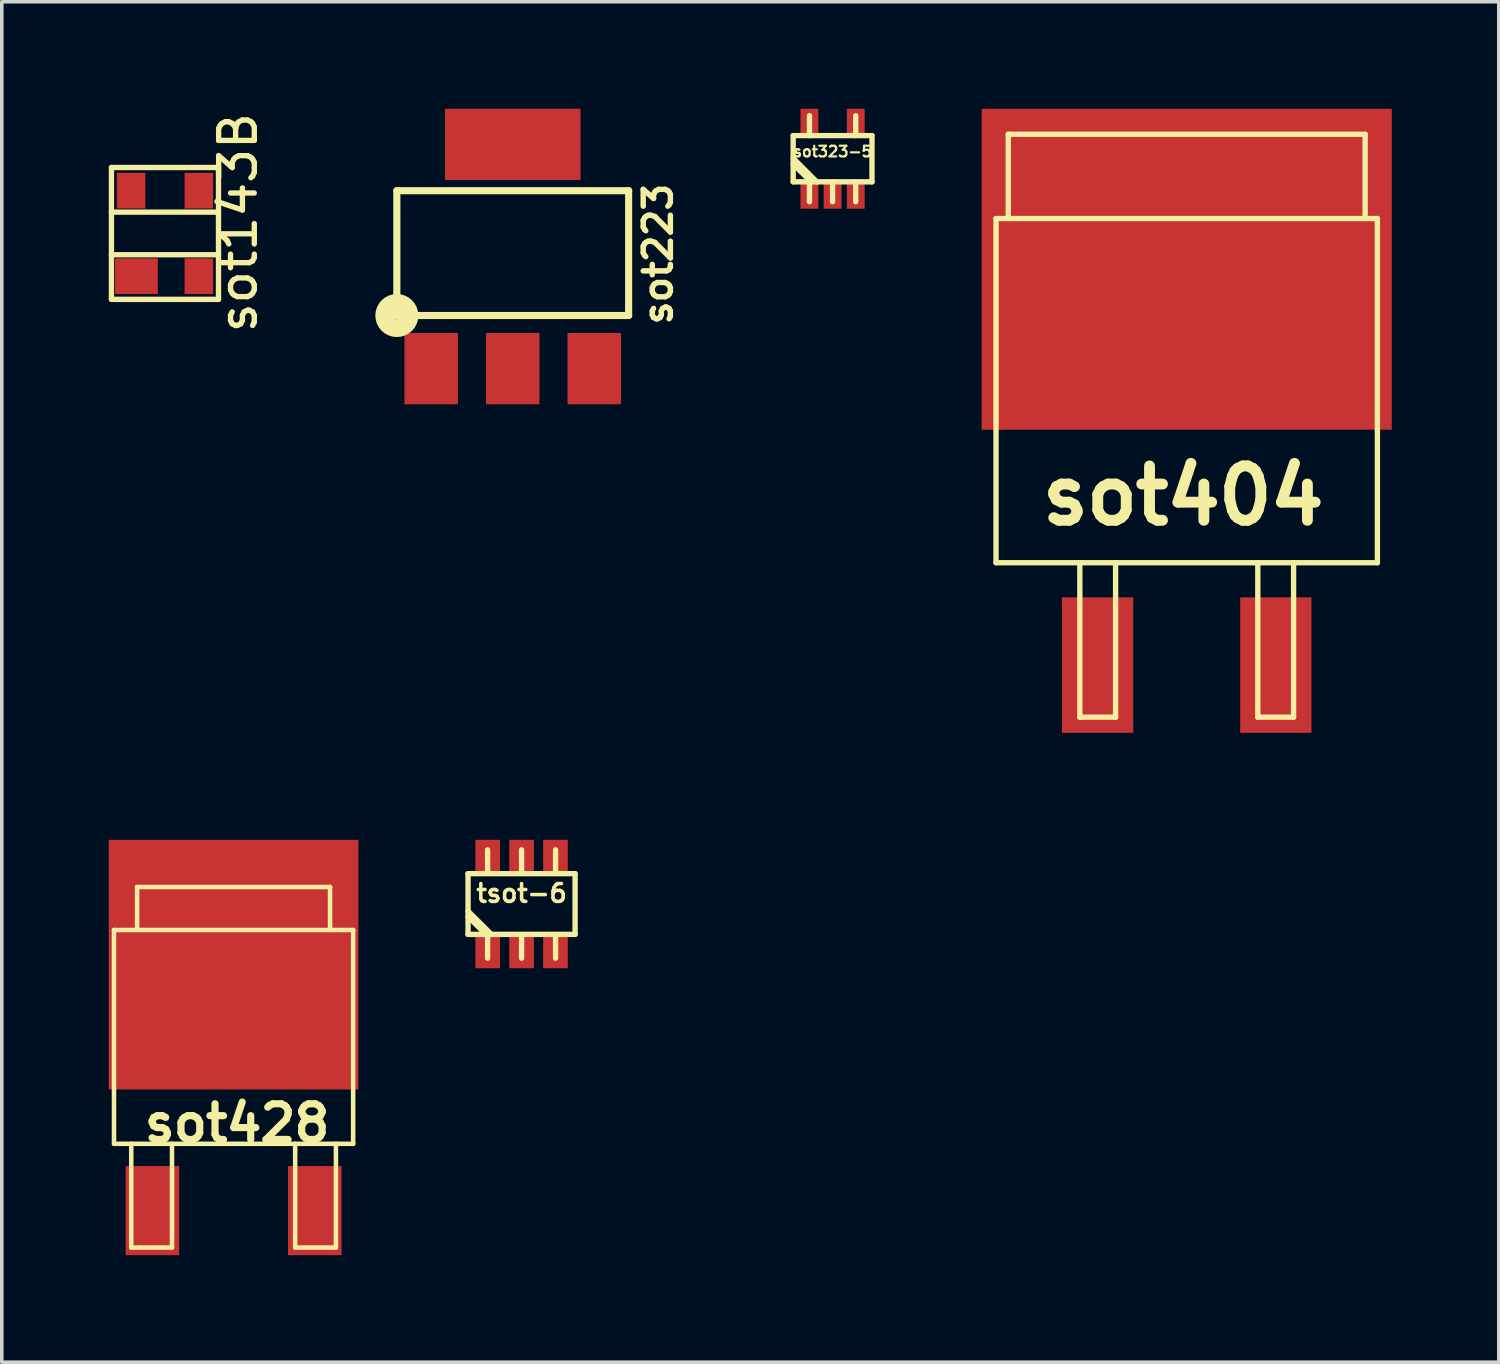
<source format=kicad_pcb>
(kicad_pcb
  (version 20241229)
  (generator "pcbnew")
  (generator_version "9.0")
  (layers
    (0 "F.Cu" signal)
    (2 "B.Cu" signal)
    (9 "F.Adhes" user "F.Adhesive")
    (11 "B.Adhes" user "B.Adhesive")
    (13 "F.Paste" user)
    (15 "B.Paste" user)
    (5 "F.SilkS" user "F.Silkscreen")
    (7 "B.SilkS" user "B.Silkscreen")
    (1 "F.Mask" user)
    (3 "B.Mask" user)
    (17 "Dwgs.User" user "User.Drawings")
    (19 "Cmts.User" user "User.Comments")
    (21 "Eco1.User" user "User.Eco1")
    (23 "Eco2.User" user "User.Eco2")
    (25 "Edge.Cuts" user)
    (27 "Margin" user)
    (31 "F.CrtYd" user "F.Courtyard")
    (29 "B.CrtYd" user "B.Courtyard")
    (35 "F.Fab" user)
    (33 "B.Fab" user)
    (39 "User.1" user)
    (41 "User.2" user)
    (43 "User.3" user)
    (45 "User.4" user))
  (footprint "sot143B"
    (layer "F.Cu")
    (at 1.576 3.496)
    (property "Reference" "sot143B" (at 2.05 -0.3 90) (layer "F.SilkS") (effects (font (size 1 1) (thickness 0.15))))
    (attr smd)
    (fp_line (start -1.501 -1.849) (end 1.501 -1.849) (stroke (width 0.15) (type solid)) (layer "F.SilkS"))
    (fp_line (start -1.501 -0.599) (end -1.501 -1.849) (stroke (width 0.15) (type solid)) (layer "F.SilkS"))
    (fp_line (start -1.501 -0.599) (end -1.501 0.599) (stroke (width 0.15) (type solid)) (layer "F.SilkS"))
    (fp_line (start -1.501 1.849) (end -1.501 0.599) (stroke (width 0.15) (type solid)) (layer "F.SilkS"))
    (fp_line (start -1.499 -0.597) (end 1.499 -0.597) (stroke (width 0.15) (type solid)) (layer "F.SilkS"))
    (fp_line (start 1.499 0.597) (end -1.499 0.597) (stroke (width 0.15) (type solid)) (layer "F.SilkS"))
    (fp_line (start 1.501 -1.849) (end 1.501 -0.599) (stroke (width 0.15) (type solid)) (layer "F.SilkS"))
    (fp_line (start 1.501 -0.599) (end 1.501 0.599) (stroke (width 0.15) (type solid)) (layer "F.SilkS"))
    (fp_line (start 1.501 0.599) (end 1.501 1.849) (stroke (width 0.15) (type solid)) (layer "F.SilkS"))
    (fp_line (start 1.501 1.849) (end -1.501 1.849) (stroke (width 0.15) (type solid)) (layer "F.SilkS"))
    (pad "1" smd rect (at -0.8 1.199) (size 1.199 1.001) (layers "F.Cu" "F.Mask" "F.Paste"))
    (pad "2" smd rect (at 0.95 1.199) (size 0.8 1.001) (layers "F.Cu" "F.Mask" "F.Paste"))
    (pad "3" smd rect (at 0.95 -1.199) (size 0.8 1.001) (layers "F.Cu" "F.Mask" "F.Paste"))
    (pad "4" smd rect (at -0.95 -1.199) (size 0.8 1.001) (layers "F.Cu" "F.Mask" "F.Paste")))
  (footprint "tsot-6"
    (layer "F.Cu")
    (at 11.576 22.3)
    (property "Reference" "tsot-6" (at 0 -0.3 0) (layer "F.SilkS") (effects (font (size 0.5 0.5) (thickness 0.099))))
    (attr smd)
    (fp_line (start -1.501 -0.851) (end 1.501 -0.851) (stroke (width 0.15) (type solid)) (layer "F.SilkS"))
    (fp_line (start -1.501 0.851) (end -1.501 -0.851) (stroke (width 0.15) (type solid)) (layer "F.SilkS"))
    (fp_line (start -1.003 0.848) (end -1.499 0.353) (stroke (width 0.15) (type solid)) (layer "F.SilkS"))
    (fp_line (start -0.953 -0.859) (end -0.953 -1.519) (stroke (width 0.15) (type solid)) (layer "F.SilkS"))
    (fp_line (start -0.953 0.859) (end -0.953 1.519) (stroke (width 0.15) (type solid)) (layer "F.SilkS"))
    (fp_line (start -0.851 0.848) (end -1.499 0.201) (stroke (width 0.15) (type solid)) (layer "F.SilkS"))
    (fp_line (start 0 -0.859) (end 0 -1.519) (stroke (width 0.15) (type solid)) (layer "F.SilkS"))
    (fp_line (start 0 0.859) (end 0 1.519) (stroke (width 0.15) (type solid)) (layer "F.SilkS"))
    (fp_line (start 0.953 -0.859) (end 0.953 -1.519) (stroke (width 0.15) (type solid)) (layer "F.SilkS"))
    (fp_line (start 0.953 0.859) (end 0.953 1.519) (stroke (width 0.15) (type solid)) (layer "F.SilkS"))
    (fp_line (start 1.501 -0.851) (end 1.501 0.851) (stroke (width 0.15) (type solid)) (layer "F.SilkS"))
    (fp_line (start 1.501 0.851) (end -1.501 0.851) (stroke (width 0.15) (type solid)) (layer "F.SilkS"))
    (pad "1" smd rect (at -0.95 1.3) (size 0.691 1.001) (layers "F.Cu" "F.Mask" "F.Paste"))
    (pad "2" smd rect (at 0 1.3) (size 0.691 1.001) (layers "F.Cu" "F.Mask" "F.Paste"))
    (pad "3" smd rect (at 0.95 1.3) (size 0.691 1.001) (layers "F.Cu" "F.Mask" "F.Paste"))
    (pad "4" smd rect (at 0.95 -1.3) (size 0.691 1.001) (layers "F.Cu" "F.Mask" "F.Paste"))
    (pad "5" smd rect (at 0 -1.3) (size 0.691 1.001) (layers "F.Cu" "F.Mask" "F.Paste"))
    (pad "6" smd rect (at -0.95 -1.3) (size 0.691 1.001) (layers "F.Cu" "F.Mask" "F.Paste")))
  (footprint "sot223"
    (layer "F.Cu")
    (at 11.328 4.048)
    (property "Reference" "sot223" (at 4.076 0.026 90) (layer "F.SilkS") (effects (font (size 0.762 0.762) (thickness 0.152))))
    (attr smd)
    (fp_line (start -3.25 -1.75) (end 3.25 -1.75) (stroke (width 0.2) (type solid)) (layer "F.SilkS"))
    (fp_line (start -3.25 1.5) (end -3.25 1.75) (stroke (width 0.2) (type solid)) (layer "F.SilkS"))
    (fp_line (start -3.25 1.75) (end -3.5 1.75) (stroke (width 0.2) (type solid)) (layer "F.SilkS"))
    (fp_line (start -3.25 1.75) (end -3.25 -1.75) (stroke (width 0.2) (type solid)) (layer "F.SilkS"))
    (fp_line (start 3.25 -1.75) (end 3.25 1.75) (stroke (width 0.2) (type solid)) (layer "F.SilkS"))
    (fp_line (start 3.25 1.75) (end -3.25 1.75) (stroke (width 0.2) (type solid)) (layer "F.SilkS"))
    (fp_circle (center -3.25 1.75) (end -3 1.5) (stroke (width 0.5) (type solid)) (fill no) (layer "F.SilkS"))
    (pad "1" smd rect (at -2.286 3.239) (size 1.5 2) (layers "F.Cu" "F.Mask" "F.Paste"))
    (pad "2" smd rect (at 0 -3.048) (size 3.8 2) (layers "F.Cu" "F.Mask" "F.Paste"))
    (pad "2" smd rect (at 0 3.239) (size 1.5 2) (layers "F.Cu" "F.Mask" "F.Paste"))
    (pad "3" smd rect (at 2.286 3.239) (size 1.5 2) (layers "F.Cu" "F.Mask" "F.Paste")))
  (footprint "sot323-5"
    (layer "F.Cu")
    (at 20.297 1.401)
    (property "Reference" "sot323-5" (at 0 -0.201 0) (layer "F.SilkS") (effects (font (size 0.3 0.3) (thickness 0.061))))
    (attr smd)
    (fp_line (start -1.105 -0.648) (end 1.105 -0.648) (stroke (width 0.15) (type solid)) (layer "F.SilkS"))
    (fp_line (start -1.105 0.648) (end -1.105 -0.648) (stroke (width 0.15) (type solid)) (layer "F.SilkS"))
    (fp_line (start -0.648 -0.648) (end -0.648 -1.206) (stroke (width 0.15) (type solid)) (layer "F.SilkS"))
    (fp_line (start -0.648 0.648) (end -0.648 1.206) (stroke (width 0.15) (type solid)) (layer "F.SilkS"))
    (fp_line (start -0.597 0.648) (end -1.105 0.152) (stroke (width 0.15) (type solid)) (layer "F.SilkS"))
    (fp_line (start -0.445 0.648) (end -1.105 -0.013) (stroke (width 0.15) (type solid)) (layer "F.SilkS"))
    (fp_line (start 0 0.648) (end 0 1.206) (stroke (width 0.15) (type solid)) (layer "F.SilkS"))
    (fp_line (start 0.648 -0.648) (end 0.648 -1.206) (stroke (width 0.15) (type solid)) (layer "F.SilkS"))
    (fp_line (start 0.648 0.648) (end 0.648 1.206) (stroke (width 0.15) (type solid)) (layer "F.SilkS"))
    (fp_line (start 1.105 -0.648) (end 1.105 0.648) (stroke (width 0.15) (type solid)) (layer "F.SilkS"))
    (fp_line (start 1.105 0.648) (end -1.105 0.648) (stroke (width 0.15) (type solid)) (layer "F.SilkS"))
    (pad "1" smd rect (at -0.65 1.001) (size 0.5 0.8) (layers "F.Cu" "F.Mask" "F.Paste"))
    (pad "2" smd rect (at 0 1.001) (size 0.5 0.8) (layers "F.Cu" "F.Mask" "F.Paste"))
    (pad "3" smd rect (at 0.65 1.001) (size 0.5 0.8) (layers "F.Cu" "F.Mask" "F.Paste"))
    (pad "4" smd rect (at 0.65 -1.001) (size 0.5 0.8) (layers "F.Cu" "F.Mask" "F.Paste"))
    (pad "5" smd rect (at -0.65 -1.001) (size 0.5 0.8) (layers "F.Cu" "F.Mask" "F.Paste")))
  (footprint "sot404"
    (layer "F.Cu")
    (at 30.227 10.05)
    (property "Reference" "sot404" (at -0.099 0.8 0) (layer "F.SilkS") (effects (font (size 1.524 1.524) (thickness 0.305))))
    (attr smd)
    (fp_line (start -5.347 -6.972) (end 5.347 -6.972) (stroke (width 0.15) (type solid)) (layer "F.SilkS"))
    (fp_line (start -5.347 2.68) (end -5.347 -6.972) (stroke (width 0.15) (type solid)) (layer "F.SilkS"))
    (fp_line (start -5.004 -9.335) (end 5.004 -9.335) (stroke (width 0.15) (type solid)) (layer "F.SilkS"))
    (fp_line (start -5.004 -6.972) (end -5.004 -9.335) (stroke (width 0.15) (type solid)) (layer "F.SilkS"))
    (fp_line (start -2.997 2.68) (end -2.997 7.01) (stroke (width 0.15) (type solid)) (layer "F.SilkS"))
    (fp_line (start -2.997 7.01) (end -1.994 7.01) (stroke (width 0.15) (type solid)) (layer "F.SilkS"))
    (fp_line (start -1.994 7.01) (end -1.994 2.68) (stroke (width 0.15) (type solid)) (layer "F.SilkS"))
    (fp_line (start 1.994 2.68) (end 1.994 7.01) (stroke (width 0.15) (type solid)) (layer "F.SilkS"))
    (fp_line (start 1.994 7.01) (end 2.997 7.01) (stroke (width 0.15) (type solid)) (layer "F.SilkS"))
    (fp_line (start 2.997 7.01) (end 2.997 2.68) (stroke (width 0.15) (type solid)) (layer "F.SilkS"))
    (fp_line (start 5.004 -9.335) (end 5.004 -6.972) (stroke (width 0.15) (type solid)) (layer "F.SilkS"))
    (fp_line (start 5.347 -6.972) (end 5.347 2.68) (stroke (width 0.15) (type solid)) (layer "F.SilkS"))
    (fp_line (start 5.347 2.68) (end -5.347 2.68) (stroke (width 0.15) (type solid)) (layer "F.SilkS"))
    (pad "1" smd rect (at -2.499 5.55) (size 1.999 3.8) (layers "F.Cu" "F.Mask" "F.Paste"))
    (pad "2" smd rect (at 0 -5.55) (size 11.501 8.999) (layers "F.Cu" "F.Mask" "F.Paste"))
    (pad "3" smd rect (at 2.499 5.55) (size 1.999 3.8) (layers "F.Cu" "F.Mask" "F.Paste")))
  (footprint "sot428"
    (layer "F.Cu")
    (at 3.5 27.449)
    (property "Reference" "sot428" (at 0.099 1.001 0) (layer "F.SilkS") (effects (font (size 1.001 1.001) (thickness 0.201))))
    (attr smd)
    (fp_line (start -3.353 -4.42) (end -3.353 1.575) (stroke (width 0.127) (type solid)) (layer "F.SilkS"))
    (fp_line (start -2.87 1.575) (end -2.87 4.483) (stroke (width 0.127) (type solid)) (layer "F.SilkS"))
    (fp_line (start -2.87 4.483) (end -1.727 4.483) (stroke (width 0.127) (type solid)) (layer "F.SilkS"))
    (fp_line (start -2.705 -5.626) (end 2.705 -5.626) (stroke (width 0.127) (type solid)) (layer "F.SilkS"))
    (fp_line (start -2.705 -4.432) (end -2.705 -5.626) (stroke (width 0.127) (type solid)) (layer "F.SilkS"))
    (fp_line (start -1.727 4.483) (end -1.727 1.575) (stroke (width 0.127) (type solid)) (layer "F.SilkS"))
    (fp_line (start 1.727 1.575) (end 1.727 4.483) (stroke (width 0.127) (type solid)) (layer "F.SilkS"))
    (fp_line (start 1.727 4.483) (end 2.87 4.483) (stroke (width 0.127) (type solid)) (layer "F.SilkS"))
    (fp_line (start 2.705 -5.626) (end 2.705 -4.42) (stroke (width 0.127) (type solid)) (layer "F.SilkS"))
    (fp_line (start 2.87 4.483) (end 2.87 1.575) (stroke (width 0.127) (type solid)) (layer "F.SilkS"))
    (fp_line (start 3.353 -4.42) (end -3.353 -4.42) (stroke (width 0.127) (type solid)) (layer "F.SilkS"))
    (fp_line (start 3.353 1.575) (end -3.353 1.575) (stroke (width 0.127) (type solid)) (layer "F.SilkS"))
    (fp_line (start 3.353 1.575) (end 3.353 -4.42) (stroke (width 0.127) (type solid)) (layer "F.SilkS"))
    (pad "1" smd rect (at -2.276 3.449) (size 1.501 2.499) (layers "F.Cu" "F.Mask" "F.Paste"))
    (pad "2" smd rect (at 0 -3.449) (size 7 7) (layers "F.Cu" "F.Mask" "F.Paste"))
    (pad "3" smd rect (at 2.276 3.449) (size 1.501 2.499) (layers "F.Cu" "F.Mask" "F.Paste")))
  (gr_rect
    (start -3 -3)
    (end 38.978 35.148)
    (stroke (width 0.1) (type default))
    (fill no)
    (layer "Edge.Cuts")))
</source>
